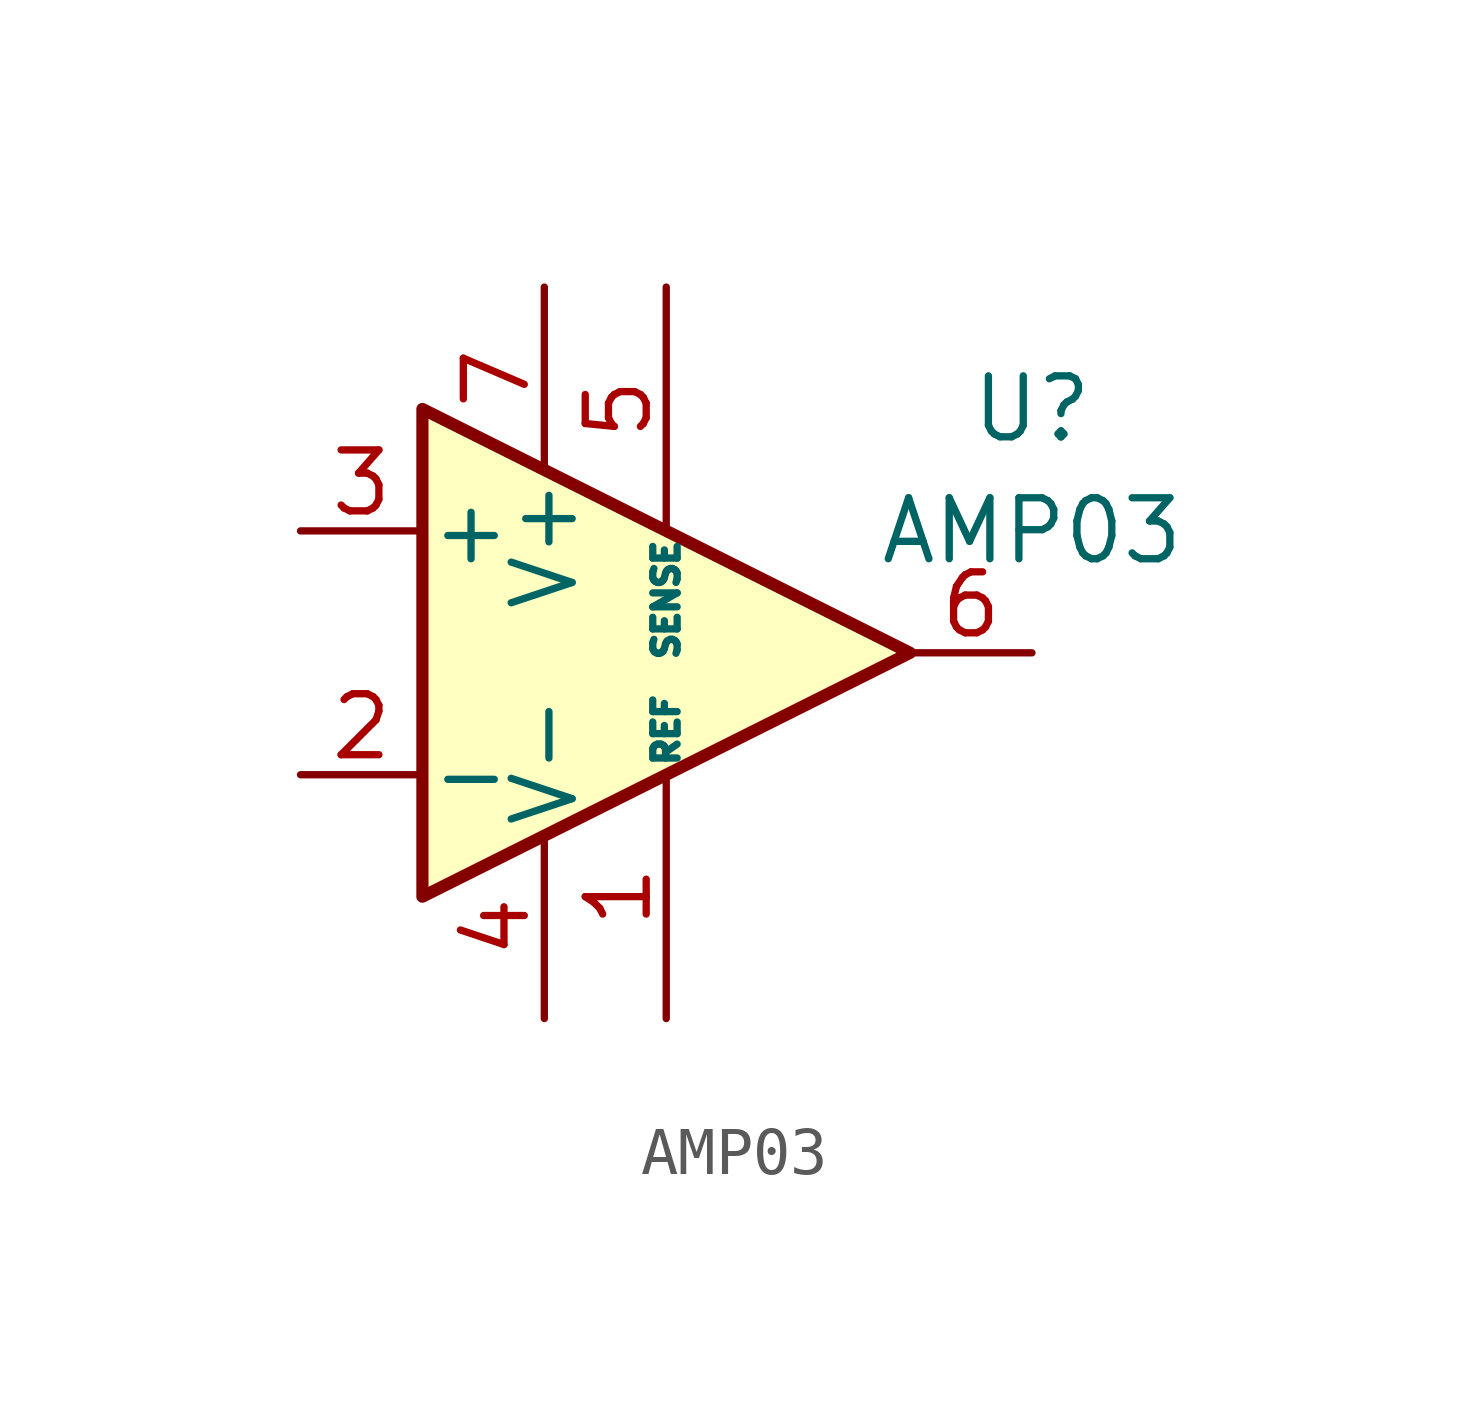
<source format=kicad_sym>
(kicad_symbol_lib
  (version 20211014)
  (generator kicad_symbol_editor)
  (symbol "AMP03"
    (pin_names
      (offset 0.127))
    (property "Reference" "U"
      (at 7.62 5.08 0)
      (effects (font (size 1.27 1.27))))
    (property "Value" "AMP03"
      (at 7.62 2.54 0)
      (effects (font (size 1.27 1.27))))
    (symbol "AMP03_0_1"
      (polyline (pts (xy -5.08 5.08) (xy 5.08 0) (xy -5.08 -5.08) (xy -5.08 5.08)) (stroke (width 0.254) (type default) (color 0 0 0 0)) (fill (type background))))
    (symbol "AMP03_1_1"
      (pin passive line (at 0 -7.62 90) (length 5.08) (name "REF" (effects (font (size 0.508 0.508)))) (number "1" (effects (font (size 1.27 1.27)))))
      (pin passive line (at -7.62 -2.54 0) (length 2.54) (name "-" (effects (font (size 1.27 1.27)))) (number "2" (effects (font (size 1.27 1.27)))))
      (pin passive line (at -7.62 2.54 0) (length 2.54) (name "+" (effects (font (size 1.27 1.27)))) (number "3" (effects (font (size 1.27 1.27)))))
      (pin power_in line (at -2.54 -7.62 90) (length 3.81) (name "V-" (effects (font (size 1.27 1.27)))) (number "4" (effects (font (size 1.27 1.27)))))
      (pin passive line (at 0 7.62 270) (length 5.08) (name "SENSE" (effects (font (size 0.508 0.508)))) (number "5" (effects (font (size 1.27 1.27)))))
      (pin output line (at 7.62 0 180) (length 2.54) (name "~" (effects (font (size 1.27 1.27)))) (number "6" (effects (font (size 1.27 1.27)))))
      (pin power_in line (at -2.54 7.62 270) (length 3.81) (name "V+" (effects (font (size 1.27 1.27)))) (number "7" (effects (font (size 1.27 1.27)))))
      (pin no_connect line (at -5.08 0 0) (length 2.54) hide (name "~" (effects (font (size 1.27 1.27)))) (number "8" (effects (font (size 1.27 1.27))))))))
</source>
